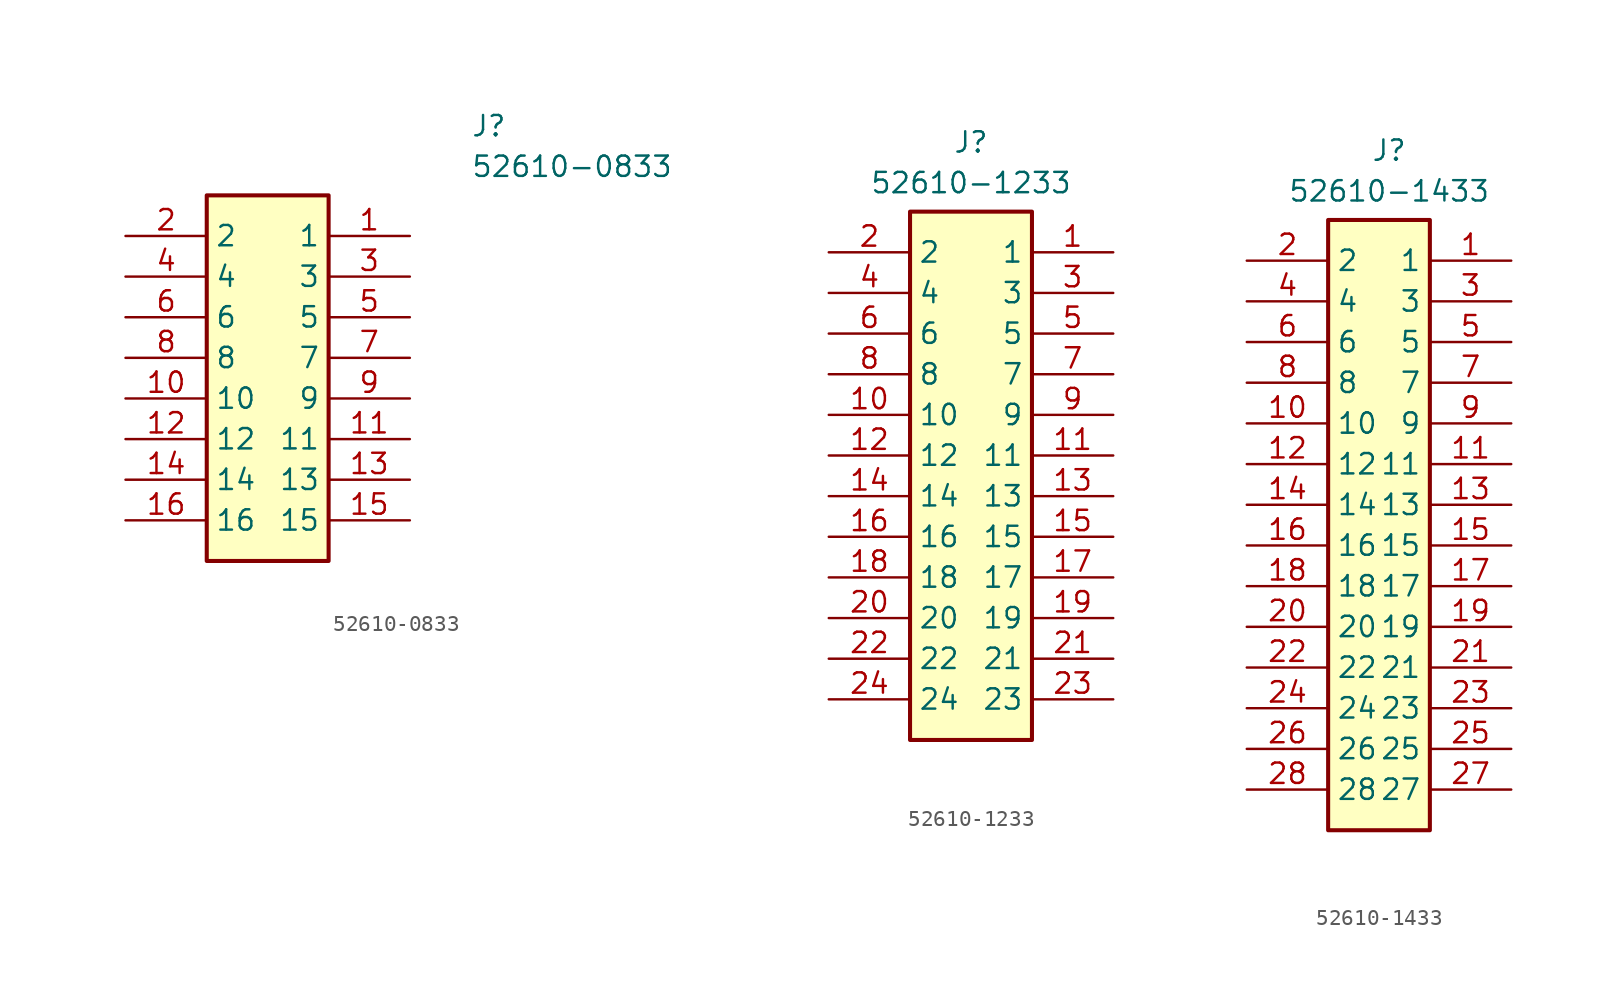
<source format=kicad_sym>
(kicad_symbol_lib
  (version 20220914)
  (generator kicad_symbol_editor)
  (symbol "52610-0833"
    (property "Reference" "J"
      (at 21.59 7.62 0)
      (effects (font (size 1.27 1.27)) (justify left top)))
    (property "Value" "52610-0833"
      (at 21.59 5.08 0)
      (effects (font (size 1.27 1.27)) (justify left top)))
    (symbol "52610-0833_1_1"
      (rectangle (start 5.08 2.54) (end 12.7 -20.32) (stroke (width 0.254) (type default)) (fill (type background)))
      (pin passive line (at 17.78 0 180) (length 5.08) (name "1" (effects (font (size 1.27 1.27)))) (number "1" (effects (font (size 1.27 1.27)))))
      (pin passive line (at 0 -10.16 0) (length 5.08) (name "10" (effects (font (size 1.27 1.27)))) (number "10" (effects (font (size 1.27 1.27)))))
      (pin passive line (at 17.78 -12.7 180) (length 5.08) (name "11" (effects (font (size 1.27 1.27)))) (number "11" (effects (font (size 1.27 1.27)))))
      (pin passive line (at 0 -12.7 0) (length 5.08) (name "12" (effects (font (size 1.27 1.27)))) (number "12" (effects (font (size 1.27 1.27)))))
      (pin passive line (at 17.78 -15.24 180) (length 5.08) (name "13" (effects (font (size 1.27 1.27)))) (number "13" (effects (font (size 1.27 1.27)))))
      (pin passive line (at 0 -15.24 0) (length 5.08) (name "14" (effects (font (size 1.27 1.27)))) (number "14" (effects (font (size 1.27 1.27)))))
      (pin passive line (at 17.78 -17.78 180) (length 5.08) (name "15" (effects (font (size 1.27 1.27)))) (number "15" (effects (font (size 1.27 1.27)))))
      (pin passive line (at 0 -17.78 0) (length 5.08) (name "16" (effects (font (size 1.27 1.27)))) (number "16" (effects (font (size 1.27 1.27)))))
      (pin passive line (at 0 0 0) (length 5.08) (name "2" (effects (font (size 1.27 1.27)))) (number "2" (effects (font (size 1.27 1.27)))))
      (pin passive line (at 17.78 -2.54 180) (length 5.08) (name "3" (effects (font (size 1.27 1.27)))) (number "3" (effects (font (size 1.27 1.27)))))
      (pin passive line (at 0 -2.54 0) (length 5.08) (name "4" (effects (font (size 1.27 1.27)))) (number "4" (effects (font (size 1.27 1.27)))))
      (pin passive line (at 17.78 -5.08 180) (length 5.08) (name "5" (effects (font (size 1.27 1.27)))) (number "5" (effects (font (size 1.27 1.27)))))
      (pin passive line (at 0 -5.08 0) (length 5.08) (name "6" (effects (font (size 1.27 1.27)))) (number "6" (effects (font (size 1.27 1.27)))))
      (pin passive line (at 17.78 -7.62 180) (length 5.08) (name "7" (effects (font (size 1.27 1.27)))) (number "7" (effects (font (size 1.27 1.27)))))
      (pin passive line (at 0 -7.62 0) (length 5.08) (name "8" (effects (font (size 1.27 1.27)))) (number "8" (effects (font (size 1.27 1.27)))))
      (pin passive line (at 17.78 -10.16 180) (length 5.08) (name "9" (effects (font (size 1.27 1.27)))) (number "9" (effects (font (size 1.27 1.27)))))))
  (symbol "52610-1233"
    (property "Reference" "J"
      (at 8.89 7.62 0)
      (effects (font (size 1.27 1.27)) (justify top)))
    (property "Value" "52610-1233"
      (at 8.89 5.08 0)
      (effects (font (size 1.27 1.27)) (justify top)))
    (symbol "52610-1233_1_1"
      (rectangle (start 5.08 2.54) (end 12.7 -30.48) (stroke (width 0.254) (type default)) (fill (type background)))
      (pin passive line (at 17.78 0 180) (length 5.08) (name "1" (effects (font (size 1.27 1.27)))) (number "1" (effects (font (size 1.27 1.27)))))
      (pin passive line (at 0 -10.16 0) (length 5.08) (name "10" (effects (font (size 1.27 1.27)))) (number "10" (effects (font (size 1.27 1.27)))))
      (pin passive line (at 17.78 -12.7 180) (length 5.08) (name "11" (effects (font (size 1.27 1.27)))) (number "11" (effects (font (size 1.27 1.27)))))
      (pin passive line (at 0 -12.7 0) (length 5.08) (name "12" (effects (font (size 1.27 1.27)))) (number "12" (effects (font (size 1.27 1.27)))))
      (pin passive line (at 17.78 -15.24 180) (length 5.08) (name "13" (effects (font (size 1.27 1.27)))) (number "13" (effects (font (size 1.27 1.27)))))
      (pin passive line (at 0 -15.24 0) (length 5.08) (name "14" (effects (font (size 1.27 1.27)))) (number "14" (effects (font (size 1.27 1.27)))))
      (pin passive line (at 17.78 -17.78 180) (length 5.08) (name "15" (effects (font (size 1.27 1.27)))) (number "15" (effects (font (size 1.27 1.27)))))
      (pin passive line (at 0 -17.78 0) (length 5.08) (name "16" (effects (font (size 1.27 1.27)))) (number "16" (effects (font (size 1.27 1.27)))))
      (pin passive line (at 17.78 -20.32 180) (length 5.08) (name "17" (effects (font (size 1.27 1.27)))) (number "17" (effects (font (size 1.27 1.27)))))
      (pin passive line (at 0 -20.32 0) (length 5.08) (name "18" (effects (font (size 1.27 1.27)))) (number "18" (effects (font (size 1.27 1.27)))))
      (pin passive line (at 17.78 -22.86 180) (length 5.08) (name "19" (effects (font (size 1.27 1.27)))) (number "19" (effects (font (size 1.27 1.27)))))
      (pin passive line (at 0 0 0) (length 5.08) (name "2" (effects (font (size 1.27 1.27)))) (number "2" (effects (font (size 1.27 1.27)))))
      (pin passive line (at 0 -22.86 0) (length 5.08) (name "20" (effects (font (size 1.27 1.27)))) (number "20" (effects (font (size 1.27 1.27)))))
      (pin passive line (at 17.78 -25.4 180) (length 5.08) (name "21" (effects (font (size 1.27 1.27)))) (number "21" (effects (font (size 1.27 1.27)))))
      (pin passive line (at 0 -25.4 0) (length 5.08) (name "22" (effects (font (size 1.27 1.27)))) (number "22" (effects (font (size 1.27 1.27)))))
      (pin passive line (at 17.78 -27.94 180) (length 5.08) (name "23" (effects (font (size 1.27 1.27)))) (number "23" (effects (font (size 1.27 1.27)))))
      (pin passive line (at 0 -27.94 0) (length 5.08) (name "24" (effects (font (size 1.27 1.27)))) (number "24" (effects (font (size 1.27 1.27)))))
      (pin passive line (at 17.78 -2.54 180) (length 5.08) (name "3" (effects (font (size 1.27 1.27)))) (number "3" (effects (font (size 1.27 1.27)))))
      (pin passive line (at 0 -2.54 0) (length 5.08) (name "4" (effects (font (size 1.27 1.27)))) (number "4" (effects (font (size 1.27 1.27)))))
      (pin passive line (at 17.78 -5.08 180) (length 5.08) (name "5" (effects (font (size 1.27 1.27)))) (number "5" (effects (font (size 1.27 1.27)))))
      (pin passive line (at 0 -5.08 0) (length 5.08) (name "6" (effects (font (size 1.27 1.27)))) (number "6" (effects (font (size 1.27 1.27)))))
      (pin passive line (at 17.78 -7.62 180) (length 5.08) (name "7" (effects (font (size 1.27 1.27)))) (number "7" (effects (font (size 1.27 1.27)))))
      (pin passive line (at 0 -7.62 0) (length 5.08) (name "8" (effects (font (size 1.27 1.27)))) (number "8" (effects (font (size 1.27 1.27)))))
      (pin passive line (at 17.78 -10.16 180) (length 5.08) (name "9" (effects (font (size 1.27 1.27)))) (number "9" (effects (font (size 1.27 1.27)))))))
  (symbol "52610-1433"
    (property "Reference" "J"
      (at 8.89 7.62 0)
      (effects (font (size 1.27 1.27)) (justify top)))
    (property "Value" "52610-1433"
      (at 8.89 5.08 0)
      (effects (font (size 1.27 1.27)) (justify top)))
    (symbol "52610-1433_1_1"
      (rectangle (start 5.08 2.54) (end 11.43 -35.56) (stroke (width 0.254) (type default)) (fill (type background)))
      (pin passive line (at 16.51 0 180) (length 5.08) (name "1" (effects (font (size 1.27 1.27)))) (number "1" (effects (font (size 1.27 1.27)))))
      (pin passive line (at 0 -10.16 0) (length 5.08) (name "10" (effects (font (size 1.27 1.27)))) (number "10" (effects (font (size 1.27 1.27)))))
      (pin passive line (at 16.51 -12.7 180) (length 5.08) (name "11" (effects (font (size 1.27 1.27)))) (number "11" (effects (font (size 1.27 1.27)))))
      (pin passive line (at 0 -12.7 0) (length 5.08) (name "12" (effects (font (size 1.27 1.27)))) (number "12" (effects (font (size 1.27 1.27)))))
      (pin passive line (at 16.51 -15.24 180) (length 5.08) (name "13" (effects (font (size 1.27 1.27)))) (number "13" (effects (font (size 1.27 1.27)))))
      (pin passive line (at 0 -15.24 0) (length 5.08) (name "14" (effects (font (size 1.27 1.27)))) (number "14" (effects (font (size 1.27 1.27)))))
      (pin passive line (at 16.51 -17.78 180) (length 5.08) (name "15" (effects (font (size 1.27 1.27)))) (number "15" (effects (font (size 1.27 1.27)))))
      (pin passive line (at 0 -17.78 0) (length 5.08) (name "16" (effects (font (size 1.27 1.27)))) (number "16" (effects (font (size 1.27 1.27)))))
      (pin passive line (at 16.51 -20.32 180) (length 5.08) (name "17" (effects (font (size 1.27 1.27)))) (number "17" (effects (font (size 1.27 1.27)))))
      (pin passive line (at 0 -20.32 0) (length 5.08) (name "18" (effects (font (size 1.27 1.27)))) (number "18" (effects (font (size 1.27 1.27)))))
      (pin passive line (at 16.51 -22.86 180) (length 5.08) (name "19" (effects (font (size 1.27 1.27)))) (number "19" (effects (font (size 1.27 1.27)))))
      (pin passive line (at 0 0 0) (length 5.08) (name "2" (effects (font (size 1.27 1.27)))) (number "2" (effects (font (size 1.27 1.27)))))
      (pin passive line (at 0 -22.86 0) (length 5.08) (name "20" (effects (font (size 1.27 1.27)))) (number "20" (effects (font (size 1.27 1.27)))))
      (pin passive line (at 16.51 -25.4 180) (length 5.08) (name "21" (effects (font (size 1.27 1.27)))) (number "21" (effects (font (size 1.27 1.27)))))
      (pin passive line (at 0 -25.4 0) (length 5.08) (name "22" (effects (font (size 1.27 1.27)))) (number "22" (effects (font (size 1.27 1.27)))))
      (pin passive line (at 16.51 -27.94 180) (length 5.08) (name "23" (effects (font (size 1.27 1.27)))) (number "23" (effects (font (size 1.27 1.27)))))
      (pin passive line (at 0 -27.94 0) (length 5.08) (name "24" (effects (font (size 1.27 1.27)))) (number "24" (effects (font (size 1.27 1.27)))))
      (pin passive line (at 16.51 -30.48 180) (length 5.08) (name "25" (effects (font (size 1.27 1.27)))) (number "25" (effects (font (size 1.27 1.27)))))
      (pin passive line (at 0 -30.48 0) (length 5.08) (name "26" (effects (font (size 1.27 1.27)))) (number "26" (effects (font (size 1.27 1.27)))))
      (pin passive line (at 16.51 -33.02 180) (length 5.08) (name "27" (effects (font (size 1.27 1.27)))) (number "27" (effects (font (size 1.27 1.27)))))
      (pin passive line (at 0 -33.02 0) (length 5.08) (name "28" (effects (font (size 1.27 1.27)))) (number "28" (effects (font (size 1.27 1.27)))))
      (pin passive line (at 16.51 -2.54 180) (length 5.08) (name "3" (effects (font (size 1.27 1.27)))) (number "3" (effects (font (size 1.27 1.27)))))
      (pin passive line (at 0 -2.54 0) (length 5.08) (name "4" (effects (font (size 1.27 1.27)))) (number "4" (effects (font (size 1.27 1.27)))))
      (pin passive line (at 16.51 -5.08 180) (length 5.08) (name "5" (effects (font (size 1.27 1.27)))) (number "5" (effects (font (size 1.27 1.27)))))
      (pin passive line (at 0 -5.08 0) (length 5.08) (name "6" (effects (font (size 1.27 1.27)))) (number "6" (effects (font (size 1.27 1.27)))))
      (pin passive line (at 16.51 -7.62 180) (length 5.08) (name "7" (effects (font (size 1.27 1.27)))) (number "7" (effects (font (size 1.27 1.27)))))
      (pin passive line (at 0 -7.62 0) (length 5.08) (name "8" (effects (font (size 1.27 1.27)))) (number "8" (effects (font (size 1.27 1.27)))))
      (pin passive line (at 16.51 -10.16 180) (length 5.08) (name "9" (effects (font (size 1.27 1.27)))) (number "9" (effects (font (size 1.27 1.27))))))))
</source>
